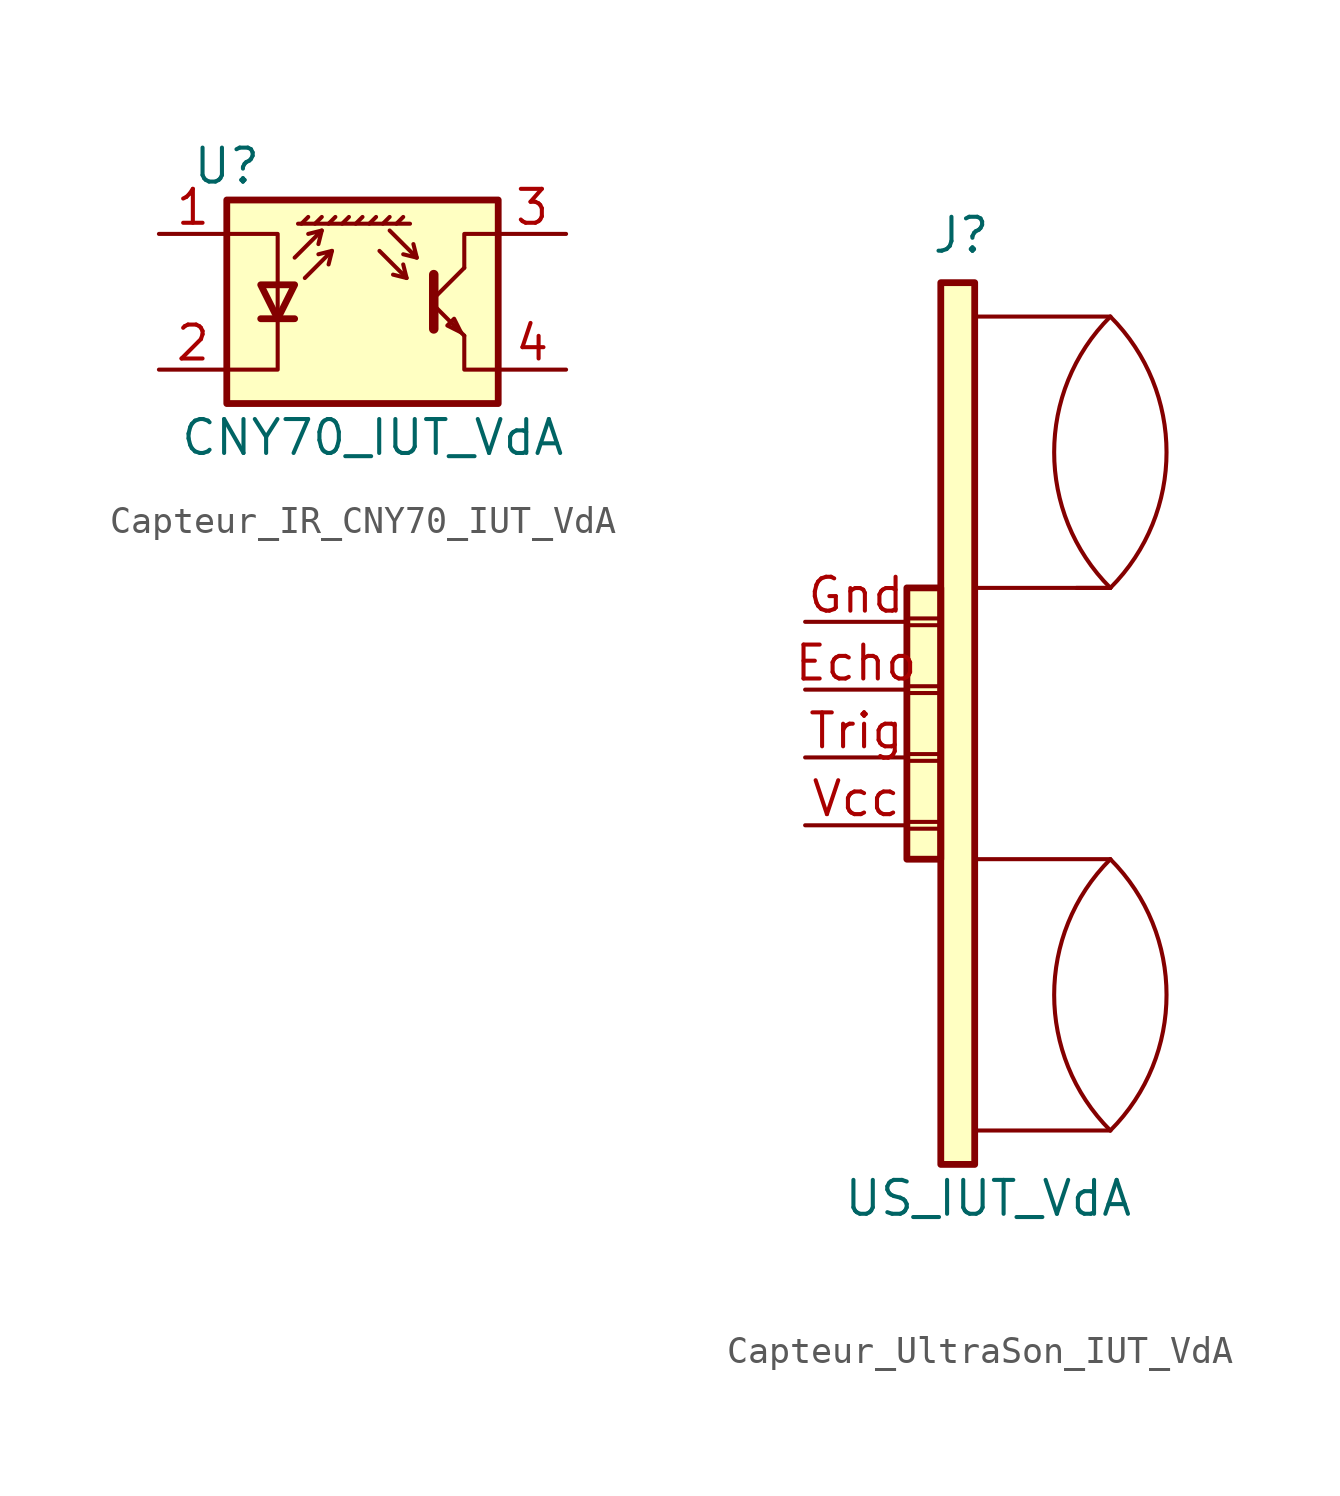
<source format=kicad_sym>
(kicad_symbol_lib
  (version 20231120)
  (generator "kicad_symbol_editor")
  (generator_version "8.0")
  (symbol "Capteur_IR_CNY70_IUT_VdA"
    (pin_names
      (offset 1.016) hide)
    (property "Reference" "U"
      (at -5.08 5.08 0)
      (effects (font (size 1.27 1.27))))
    (property "Value" "CNY70_IUT_VdA"
      (at 7.62 -5.08 0)
      (effects (font (size 1.27 1.27)) (justify right)))
    (symbol "Capteur_IR_CNY70_IUT_VdA_0_1"
      (polyline (pts (xy -3.81 -0.635) (xy -2.54 -0.635)) (stroke (width 0.254) (type default)) (fill (type none)))
      (polyline (pts (xy -2.286 2.921) (xy -2.032 3.175)) (stroke (width 0) (type default)) (fill (type none)))
      (polyline (pts (xy -1.778 2.921) (xy -1.524 3.175)) (stroke (width 0) (type default)) (fill (type none)))
      (polyline (pts (xy -1.524 2.667) (xy -1.651 2.159)) (stroke (width 0) (type default)) (fill (type none)))
      (polyline (pts (xy -1.27 2.921) (xy -1.016 3.175)) (stroke (width 0) (type default)) (fill (type none)))
      (polyline (pts (xy -1.143 1.905) (xy -1.27 1.397)) (stroke (width 0) (type default)) (fill (type none)))
      (polyline (pts (xy -0.762 2.921) (xy -0.508 3.175)) (stroke (width 0) (type default)) (fill (type none)))
      (polyline (pts (xy -0.254 2.921) (xy 0 3.175)) (stroke (width 0) (type default)) (fill (type none)))
      (polyline (pts (xy 0.254 2.921) (xy 0.508 3.175)) (stroke (width 0) (type default)) (fill (type none)))
      (polyline (pts (xy 0.762 2.921) (xy 1.016 3.175)) (stroke (width 0) (type default)) (fill (type none)))
      (polyline (pts (xy 1.27 2.921) (xy 1.524 3.175)) (stroke (width 0) (type default)) (fill (type none)))
      (polyline (pts (xy 1.651 0.889) (xy 1.143 1.016)) (stroke (width 0) (type default)) (fill (type none)))
      (polyline (pts (xy 1.778 2.921) (xy -2.413 2.921)) (stroke (width 0) (type default)) (fill (type none)))
      (polyline (pts (xy 2.032 1.651) (xy 1.524 1.778)) (stroke (width 0) (type default)) (fill (type none)))
      (polyline (pts (xy 2.667 -0.127) (xy 3.81 -1.27)) (stroke (width 0) (type default)) (fill (type none)))
      (polyline (pts (xy 2.667 0.127) (xy 3.81 1.27)) (stroke (width 0) (type default)) (fill (type none)))
      (polyline (pts (xy -2.54 1.651) (xy -1.524 2.667) (xy -2.032 2.54)) (stroke (width 0) (type default)) (fill (type none)))
      (polyline (pts (xy -2.159 0.889) (xy -1.143 1.905) (xy -1.651 1.778)) (stroke (width 0) (type default)) (fill (type none)))
      (polyline (pts (xy 0.635 1.905) (xy 1.651 0.889) (xy 1.524 1.397)) (stroke (width 0) (type default)) (fill (type none)))
      (polyline (pts (xy 1.016 2.667) (xy 2.032 1.651) (xy 1.905 2.159)) (stroke (width 0) (type default)) (fill (type none)))
      (polyline (pts (xy 2.667 1.016) (xy 2.667 -1.016) (xy 2.667 -1.016)) (stroke (width 0.356) (type default)) (fill (type none)))
      (polyline (pts (xy 3.81 -1.27) (xy 3.81 -2.54) (xy 5.08 -2.54)) (stroke (width 0) (type default)) (fill (type none)))
      (polyline (pts (xy 3.81 1.27) (xy 3.81 2.54) (xy 5.08 2.54)) (stroke (width 0) (type default)) (fill (type none)))
      (polyline (pts (xy -5.08 -2.54) (xy -3.175 -2.54) (xy -3.175 2.54) (xy -5.08 2.54)) (stroke (width 0) (type default)) (fill (type none)))
      (polyline (pts (xy -3.175 -0.635) (xy -3.81 0.635) (xy -2.54 0.635) (xy -3.175 -0.635)) (stroke (width 0.254) (type default)) (fill (type none)))
      (polyline (pts (xy 3.683 -1.143) (xy 3.429 -0.635) (xy 3.175 -0.889) (xy 3.683 -1.143)) (stroke (width 0) (type default)) (fill (type none)))
      (polyline (pts (xy -5.08 -3.81) (xy 5.08 -3.81) (xy 5.08 3.81) (xy -5.08 3.81) (xy -5.08 -3.81)) (stroke (width 0.254) (type default)) (fill (type background))))
    (symbol "Capteur_IR_CNY70_IUT_VdA_1_1"
      (pin passive line (at -7.62 2.54 0) (length 2.54) (name "A" (effects (font (size 1.27 1.27)))) (number "1" (effects (font (size 1.27 1.27)))))
      (pin passive line (at -7.62 -2.54 0) (length 2.54) (name "K" (effects (font (size 1.27 1.27)))) (number "2" (effects (font (size 1.27 1.27)))))
      (pin passive line (at 7.62 2.54 180) (length 2.54) (name "C" (effects (font (size 1.27 1.27)))) (number "3" (effects (font (size 1.27 1.27)))))
      (pin passive line (at 7.62 -2.54 180) (length 2.54) (name "E" (effects (font (size 1.27 1.27)))) (number "4" (effects (font (size 1.27 1.27)))))))
  (symbol "Capteur_UltraSon_IUT_VdA"
    (pin_names
      (offset 1.016) hide)
    (property "Reference" "J"
      (at 0.762 17.018 0)
      (effects (font (size 1.27 1.27))))
    (property "Value" "US_IUT_VdA"
      (at 1.778 -19.05 0)
      (effects (font (size 1.27 1.27))))
    (symbol "Capteur_UltraSon_IUT_VdA_0_1"
      (polyline (pts (xy 1.27 -16.51) (xy 6.35 -16.51)) (stroke (width 0) (type default)) (fill (type none)))
      (polyline (pts (xy 1.27 -6.35) (xy 6.35 -6.35)) (stroke (width 0) (type default)) (fill (type none)))
      (polyline (pts (xy 1.27 3.81) (xy 6.35 3.81)) (stroke (width 0) (type default)) (fill (type none)))
      (polyline (pts (xy 1.27 13.97) (xy 6.35 13.97)) (stroke (width 0) (type default)) (fill (type none)))
      (polyline (pts (xy 5.08 3.81) (xy 6.35 3.81)) (stroke (width 0) (type default)) (fill (type none)))
      (arc (start 6.35 -16.51) (mid 8.454 -11.43) (end 6.35 -6.35) (stroke (width 0) (type default)) (fill (type none)))
      (arc (start 6.35 -6.35) (mid 4.246 -11.43) (end 6.35 -16.51) (stroke (width 0) (type default)) (fill (type none)))
      (arc (start 6.35 3.81) (mid 8.454 8.89) (end 6.35 13.97) (stroke (width 0) (type default)) (fill (type none)))
      (arc (start 6.35 13.97) (mid 4.246 8.89) (end 6.35 3.81) (stroke (width 0) (type default)) (fill (type none))))
    (symbol "Capteur_UltraSon_IUT_VdA_1_1"
      (rectangle (start -1.27 -4.953) (end 0 -5.207) (stroke (width 0.152) (type default)) (fill (type none)))
      (rectangle (start -1.27 -2.413) (end 0 -2.667) (stroke (width 0.152) (type default)) (fill (type none)))
      (rectangle (start -1.27 0.127) (end 0 -0.127) (stroke (width 0.152) (type default)) (fill (type none)))
      (rectangle (start -1.27 2.667) (end 0 2.413) (stroke (width 0.152) (type default)) (fill (type none)))
      (rectangle (start -1.27 3.81) (end 0 -6.35) (stroke (width 0.254) (type default)) (fill (type background)))
      (rectangle (start 0 15.24) (end 1.27 -17.78) (stroke (width 0.254) (type default)) (fill (type background)))
      (pin output line (at -5.08 0 0) (length 3.81) (name "Echo" (effects (font (size 1.27 1.27)))) (number "Echo" (effects (font (size 1.27 1.27)))))
      (pin power_in line (at -5.08 2.54 0) (length 3.81) (name "Gnd" (effects (font (size 1.27 1.27)))) (number "Gnd" (effects (font (size 1.27 1.27)))))
      (pin input line (at -5.08 -2.54 0) (length 3.81) (name "Trig" (effects (font (size 1.27 1.27)))) (number "Trig" (effects (font (size 1.27 1.27)))))
      (pin power_in line (at -5.08 -5.08 0) (length 3.81) (name "Vcc" (effects (font (size 1.27 1.27)))) (number "Vcc" (effects (font (size 1.27 1.27))))))))
</source>
